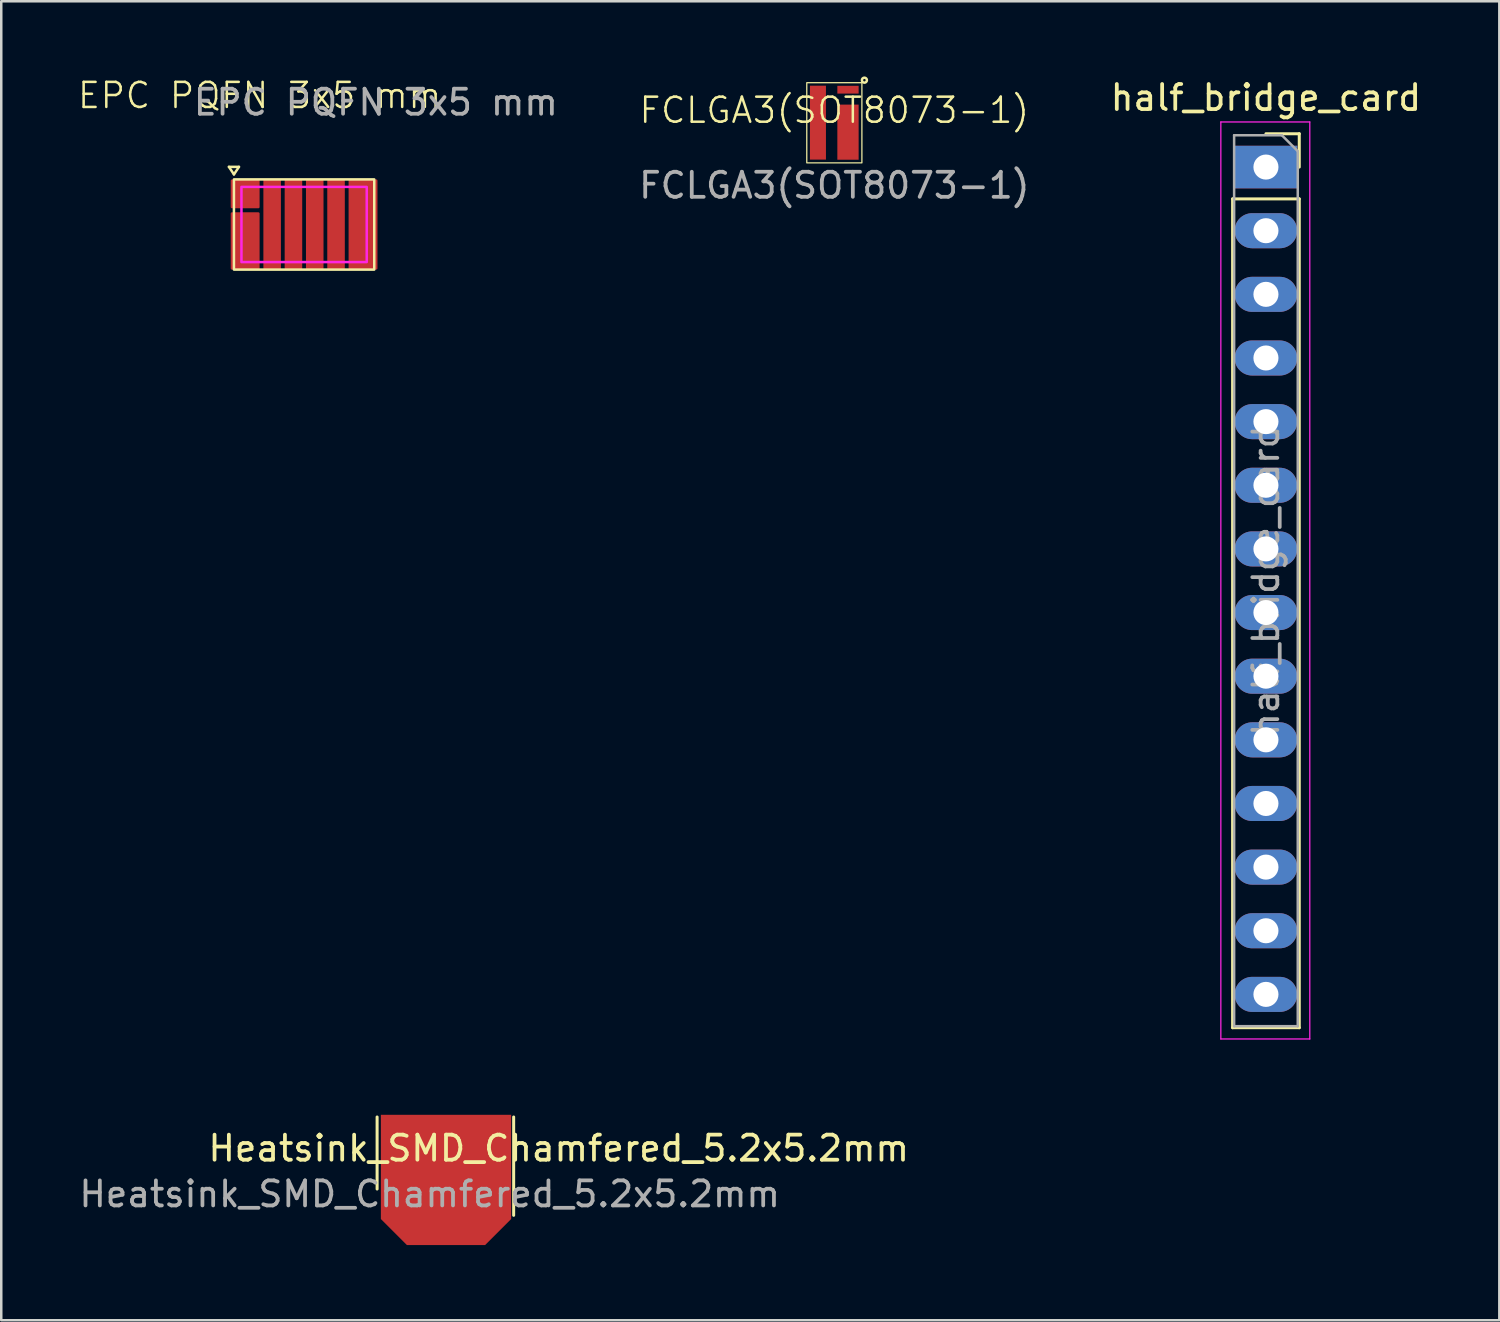
<source format=kicad_pcb>
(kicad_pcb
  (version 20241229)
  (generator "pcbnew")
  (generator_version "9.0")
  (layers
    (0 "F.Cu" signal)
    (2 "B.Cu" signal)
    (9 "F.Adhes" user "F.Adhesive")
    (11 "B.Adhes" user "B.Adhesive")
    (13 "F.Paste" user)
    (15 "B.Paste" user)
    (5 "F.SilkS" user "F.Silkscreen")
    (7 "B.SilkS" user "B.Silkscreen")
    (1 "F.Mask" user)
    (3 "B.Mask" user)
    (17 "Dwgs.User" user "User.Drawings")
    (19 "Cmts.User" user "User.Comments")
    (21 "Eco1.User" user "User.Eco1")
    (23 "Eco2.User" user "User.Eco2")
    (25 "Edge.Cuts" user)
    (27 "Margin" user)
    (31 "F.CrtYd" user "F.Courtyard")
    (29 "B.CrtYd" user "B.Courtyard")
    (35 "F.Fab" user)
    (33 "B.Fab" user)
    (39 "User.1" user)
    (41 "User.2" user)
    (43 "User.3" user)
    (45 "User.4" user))
  (footprint "half_bridge_card"
    (layer "F.Cu")
    (at 47.476 3.618)
    (property "Reference" "half_bridge_card" (at 0 -2.77 0) (layer "F.SilkS") (effects (font (size 1 1) (thickness 0.15))))
    (attr through_hole)
    (fp_line (start -1.33 1.27) (end -1.33 34.35) (stroke (width 0.12) (type solid)) (layer "F.SilkS"))
    (fp_line (start -1.33 1.27) (end 1.33 1.27) (stroke (width 0.12) (type solid)) (layer "F.SilkS"))
    (fp_line (start -1.33 34.35) (end 1.33 34.35) (stroke (width 0.12) (type solid)) (layer "F.SilkS"))
    (fp_line (start 0 -1.33) (end 1.33 -1.33) (stroke (width 0.12) (type solid)) (layer "F.SilkS"))
    (fp_line (start 1.33 -1.33) (end 1.33 0) (stroke (width 0.12) (type solid)) (layer "F.SilkS"))
    (fp_line (start 1.33 1.27) (end 1.33 34.35) (stroke (width 0.12) (type solid)) (layer "F.SilkS"))
    (fp_line (start -1.8 -1.8) (end 1.75 -1.8) (stroke (width 0.05) (type solid)) (layer "F.CrtYd"))
    (fp_line (start -1.8 34.8) (end -1.8 -1.8) (stroke (width 0.05) (type solid)) (layer "F.CrtYd"))
    (fp_line (start 1.75 -1.8) (end 1.75 34.8) (stroke (width 0.05) (type solid)) (layer "F.CrtYd"))
    (fp_line (start 1.75 34.8) (end -1.8 34.8) (stroke (width 0.05) (type solid)) (layer "F.CrtYd"))
    (fp_line (start -1.27 -1.27) (end 0.635 -1.27) (stroke (width 0.1) (type solid)) (layer "F.Fab"))
    (fp_line (start -1.27 34.29) (end -1.27 -1.27) (stroke (width 0.1) (type solid)) (layer "F.Fab"))
    (fp_line (start 0.635 -1.27) (end 1.27 -0.635) (stroke (width 0.1) (type solid)) (layer "F.Fab"))
    (fp_line (start 1.27 -0.635) (end 1.27 34.29) (stroke (width 0.1) (type solid)) (layer "F.Fab"))
    (fp_line (start 1.27 34.29) (end -1.27 34.29) (stroke (width 0.1) (type solid)) (layer "F.Fab"))
    (fp_text user "${REFERENCE}" (at 0 16.51 90) (layer "F.Fab") (effects (font (size 1 1) (thickness 0.15))))
    (pad "1" thru_hole rect (at 0 0) (size 2.5 1.7) (drill 1) (layers "*.Cu" "*.Mask"))
    (pad "2" thru_hole oval (at 0 2.54) (size 2.5 1.4) (drill 1) (layers "*.Cu" "*.Mask"))
    (pad "3" thru_hole oval (at 0 5.08) (size 2.5 1.4) (drill 1) (layers "*.Cu" "*.Mask"))
    (pad "4" thru_hole oval (at 0 7.62) (size 2.5 1.4) (drill 1) (layers "*.Cu" "*.Mask"))
    (pad "5" thru_hole oval (at 0 10.16) (size 2.5 1.4) (drill 1) (layers "*.Cu" "*.Mask"))
    (pad "6" thru_hole oval (at 0 12.7) (size 2.5 1.4) (drill 1) (layers "*.Cu" "*.Mask"))
    (pad "7" thru_hole oval (at 0 15.24) (size 2.5 1.4) (drill 1) (layers "*.Cu" "*.Mask"))
    (pad "8" thru_hole oval (at 0 17.78) (size 2.5 1.4) (drill 1) (layers "*.Cu" "*.Mask"))
    (pad "9" thru_hole oval (at 0 20.32) (size 2.5 1.4) (drill 1) (layers "*.Cu" "*.Mask"))
    (pad "10" thru_hole oval (at 0 22.86) (size 2.5 1.4) (drill 1) (layers "*.Cu" "*.Mask"))
    (pad "11" thru_hole oval (at 0 25.4) (size 2.5 1.4) (drill 1) (layers "*.Cu" "*.Mask"))
    (pad "12" thru_hole oval (at 0 27.94) (size 2.5 1.4) (drill 1) (layers "*.Cu" "*.Mask"))
    (pad "13" thru_hole oval (at 0 30.48) (size 2.5 1.4) (drill 1) (layers "*.Cu" "*.Mask"))
    (pad "14" thru_hole oval (at 0 33.02) (size 2.5 1.4) (drill 1) (layers "*.Cu" "*.Mask")))
  (footprint "Heatsink_SMD_Chamfered_5.2x5.2mm"
    (layer "F.Cu")
    (at 14.751 44.081)
    (property "Reference" "Heatsink_SMD_Chamfered_5.2x5.2mm" (at 4.5 -1.3 180) (layer "F.SilkS") (effects (font (size 1 1) (thickness 0.15))))
    (attr smd)
    (fp_line (start -2.75 -2.55) (end -2.75 0.325) (stroke (width 0.12) (type solid)) (layer "F.SilkS"))
    (fp_line (start 2.7 -2.55) (end 2.7 1.375) (stroke (width 0.12) (type solid)) (layer "F.SilkS"))
    (fp_text user "${REFERENCE}" (at -0.65 0.525 0) (layer "F.Fab") (effects (font (size 1 1) (thickness 0.15))))
    (pad "1" smd roundrect (at 0 -0.037) (size 5.2 5.2) (layers "F.Cu" "F.Mask" "F.Paste") (roundrect_rratio 0) (chamfer_ratio 0.2) (chamfer bottom_left bottom_right)))
  (footprint "EPC PQFN 3x5 mm"
    (layer "F.Cu")
    (at 9.087 5.91)
    (property "Reference" "EPC PQFN 3x5 mm" (at -1.775 -5.15 0) (unlocked yes) (layer "F.SilkS") (effects (font (size 1 1) (thickness 0.1))))
    (attr smd)
    (fp_line (start -3 -2.3) (end -2.8 -2) (stroke (width 0.1) (type default)) (layer "F.SilkS"))
    (fp_line (start -2.8 -2) (end -2.6 -2.3) (stroke (width 0.1) (type default)) (layer "F.SilkS"))
    (fp_line (start -2.6 -2.3) (end -3 -2.3) (stroke (width 0.1) (type default)) (layer "F.SilkS"))
    (fp_rect (start -2.8 -1.8) (end 2.8 1.8) (stroke (width 0.1) (type default)) (fill no) (layer "F.SilkS"))
    (fp_rect (start -2.5 -1.5) (end 2.5 1.5) (stroke (width 0.1) (type default)) (fill no) (layer "F.CrtYd"))
    (fp_text user "${REFERENCE}" (at 2.865 -4.875 0) (unlocked yes) (layer "F.Fab") (effects (font (size 1 1) (thickness 0.15))))
    (pad "" smd roundrect (at -2.64 -0.975) (size 0.275 0.37) (layers "F.Paste") (roundrect_rratio 0.125))
    (pad "" smd roundrect (at -2.64 -0.225) (size 0.275 0.37) (layers "F.Paste") (roundrect_rratio 0.125))
    (pad "" smd roundrect (at -2.64 0.325) (size 0.275 0.37) (layers "F.Paste") (roundrect_rratio 0.125))
    (pad "" smd roundrect (at -2.64 0.975) (size 0.275 0.37) (layers "F.Paste") (roundrect_rratio 0.125))
    (pad "" smd roundrect (at -2.555 -0.975) (size 0.29 0.37) (layers "F.Mask") (roundrect_rratio 0.106) (chamfer_ratio 0) (chamfer top_right bottom_right))
    (pad "" smd roundrect (at -2.555 0.325) (size 0.29 0.37) (layers "F.Mask") (roundrect_rratio 0.106) (chamfer_ratio 0) (chamfer top_right bottom_right))
    (pad "" smd roundrect (at -2.555 0.975) (size 0.29 0.37) (layers "F.Mask") (roundrect_rratio 0.106) (chamfer_ratio 0) (chamfer top_right bottom_right))
    (pad "" smd roundrect (at -2.54 -0.225) (size 0.32 0.37) (layers "F.Mask") (roundrect_rratio 0.106) (chamfer_ratio 0.1) (chamfer top_right bottom_right))
    (pad "" smd roundrect (at -2.175 -1.207) (size 0.47 0.985) (layers "F.Mask") (roundrect_rratio 0.106))
    (pad "" smd roundrect (at -2.175 0.663) (size 0.47 2.075) (layers "F.Mask") (roundrect_rratio 0.106))
    (pad "" smd roundrect (at -2.123 -1.216) (size 0.4 0.975) (layers "F.Paste") (roundrect_rratio 0.125))
    (pad "" smd roundrect (at -2.123 0.05) (size 0.4 0.9) (layers "F.Paste") (roundrect_rratio 0.125))
    (pad "" smd roundrect (at -2.123 1.2) (size 0.4 1) (layers "F.Paste") (roundrect_rratio 0.125))
    (pad "" smd roundrect (at -1.275 -0.95 90) (size 1.5 0.26) (layers "F.Paste") (roundrect_rratio 0.192))
    (pad "" smd roundrect (at -1.275 0) (size 0.37 3.4) (layers "F.Mask") (roundrect_rratio 0.135))
    (pad "" smd roundrect (at -1.275 0.95 90) (size 1.5 0.26) (layers "F.Paste") (roundrect_rratio 0.192))
    (pad "" smd roundrect (at -0.425 -0.95 90) (size 1.5 0.26) (layers "F.Paste") (roundrect_rratio 0.192))
    (pad "" smd roundrect (at -0.425 0) (size 0.37 3.4) (layers "F.Mask") (roundrect_rratio 0.135))
    (pad "" smd roundrect (at -0.425 0.95 90) (size 1.5 0.26) (layers "F.Paste") (roundrect_rratio 0.192))
    (pad "" smd roundrect (at 0.425 -0.95 90) (size 1.5 0.26) (layers "F.Paste") (roundrect_rratio 0.192))
    (pad "" smd roundrect (at 0.425 0) (size 0.37 3.4) (layers "F.Mask") (roundrect_rratio 0.135))
    (pad "" smd roundrect (at 0.425 0.95 90) (size 1.5 0.26) (layers "F.Paste") (roundrect_rratio 0.192))
    (pad "" smd roundrect (at 1.275 -0.95 90) (size 1.5 0.26) (layers "F.Paste") (roundrect_rratio 0.192))
    (pad "" smd roundrect (at 1.275 0) (size 0.37 3.4) (layers "F.Mask") (roundrect_rratio 0.135))
    (pad "" smd roundrect (at 1.275 0.95 90) (size 1.5 0.26) (layers "F.Paste") (roundrect_rratio 0.192))
    (pad "" smd roundrect (at 2.123 -1.2) (size 0.4 1) (layers "F.Paste") (roundrect_rratio 0.125))
    (pad "" smd roundrect (at 2.123 0) (size 0.4 1) (layers "F.Paste") (roundrect_rratio 0.125))
    (pad "" smd roundrect (at 2.123 1.2) (size 0.4 1) (layers "F.Paste") (roundrect_rratio 0.125))
    (pad "" smd roundrect (at 2.175 0) (size 0.47 3.4) (layers "F.Mask") (roundrect_rratio 0.106))
    (pad "" smd roundrect (at 2.555 -0.975) (size 0.29 0.37) (layers "F.Mask") (roundrect_rratio 0.106) (chamfer_ratio 0) (chamfer top_left bottom_left))
    (pad "" smd roundrect (at 2.555 -0.325) (size 0.29 0.37) (layers "F.Mask") (roundrect_rratio 0.106) (chamfer_ratio 0) (chamfer top_left bottom_left))
    (pad "" smd roundrect (at 2.555 0.325) (size 0.29 0.37) (layers "F.Mask") (roundrect_rratio 0.106) (chamfer_ratio 0) (chamfer top_left bottom_left))
    (pad "" smd roundrect (at 2.555 0.975) (size 0.29 0.37) (layers "F.Mask") (roundrect_rratio 0.106) (chamfer_ratio 0) (chamfer top_left bottom_left))
    (pad "" smd roundrect (at 2.64 -0.975) (size 0.275 0.37) (layers "F.Paste") (roundrect_rratio 0.125))
    (pad "" smd roundrect (at 2.64 -0.325) (size 0.275 0.37) (layers "F.Paste") (roundrect_rratio 0.125))
    (pad "" smd roundrect (at 2.64 0.325) (size 0.275 0.37) (layers "F.Paste") (roundrect_rratio 0.125))
    (pad "" smd roundrect (at 2.64 0.975) (size 0.275 0.37) (layers "F.Paste") (roundrect_rratio 0.125))
    (pad "1" smd roundrect (at -2.352 -1.222) (size 1.152 1.15) (layers "F.Cu") (roundrect_rratio 0.043))
    (pad "2" smd roundrect (at -2.352 0.658) (size 1.152 2.29) (layers "F.Cu") (roundrect_rratio 0.043))
    (pad "3" smd roundrect (at -1.275 0) (size 0.7 3.6) (layers "F.Cu") (roundrect_rratio 0.071))
    (pad "4" smd roundrect (at -0.425 0) (size 0.7 3.6) (layers "F.Cu") (roundrect_rratio 0.071))
    (pad "5" smd roundrect (at 0.425 0) (size 0.7 3.6) (layers "F.Cu") (roundrect_rratio 0.071))
    (pad "6" smd roundrect (at 1.275 0) (size 0.7 3.6) (layers "F.Cu") (roundrect_rratio 0.071))
    (pad "7" smd roundrect (at 2.352 0) (size 1.152 3.6) (layers "F.Cu") (roundrect_rratio 0.043)))
  (footprint "FCLGA3(SOT8073-1)"
    (layer "F.Cu")
    (at 30.25 1.85)
    (property "Reference" "FCLGA3(SOT8073-1)" (at 0 -0.5 0) (unlocked yes) (layer "F.SilkS") (effects (font (size 1 1) (thickness 0.1))))
    (attr smd)
    (fp_rect (start -1.1 -1.6) (end 1.1 1.6) (stroke (width 0.05) (type default)) (fill no) (layer "F.SilkS"))
    (fp_circle (center 1.2 -1.7) (end 1.3 -1.7) (stroke (width 0.1) (type default)) (fill no) (layer "F.SilkS"))
    (fp_text user "${REFERENCE}" (at 0 2.5 0) (unlocked yes) (layer "F.Fab") (effects (font (size 1 1) (thickness 0.15))))
    (pad "1" smd rect (at 0.545 -1.32) (size 0.85 0.31) (layers "F.Cu" "F.Mask" "F.Paste"))
    (pad "2" smd rect (at -0.655 -0.005) (size 0.64 2.95) (layers "F.Cu" "F.Mask" "F.Paste"))
    (pad "3" smd rect (at 0.545 0.375) (size 0.85 2.2) (layers "F.Cu" "F.Mask" "F.Paste")))
  (gr_rect
    (start -3 -3)
    (end 56.791 49.643)
    (stroke (width 0.1) (type default))
    (fill no)
    (layer "Edge.Cuts")))
</source>
